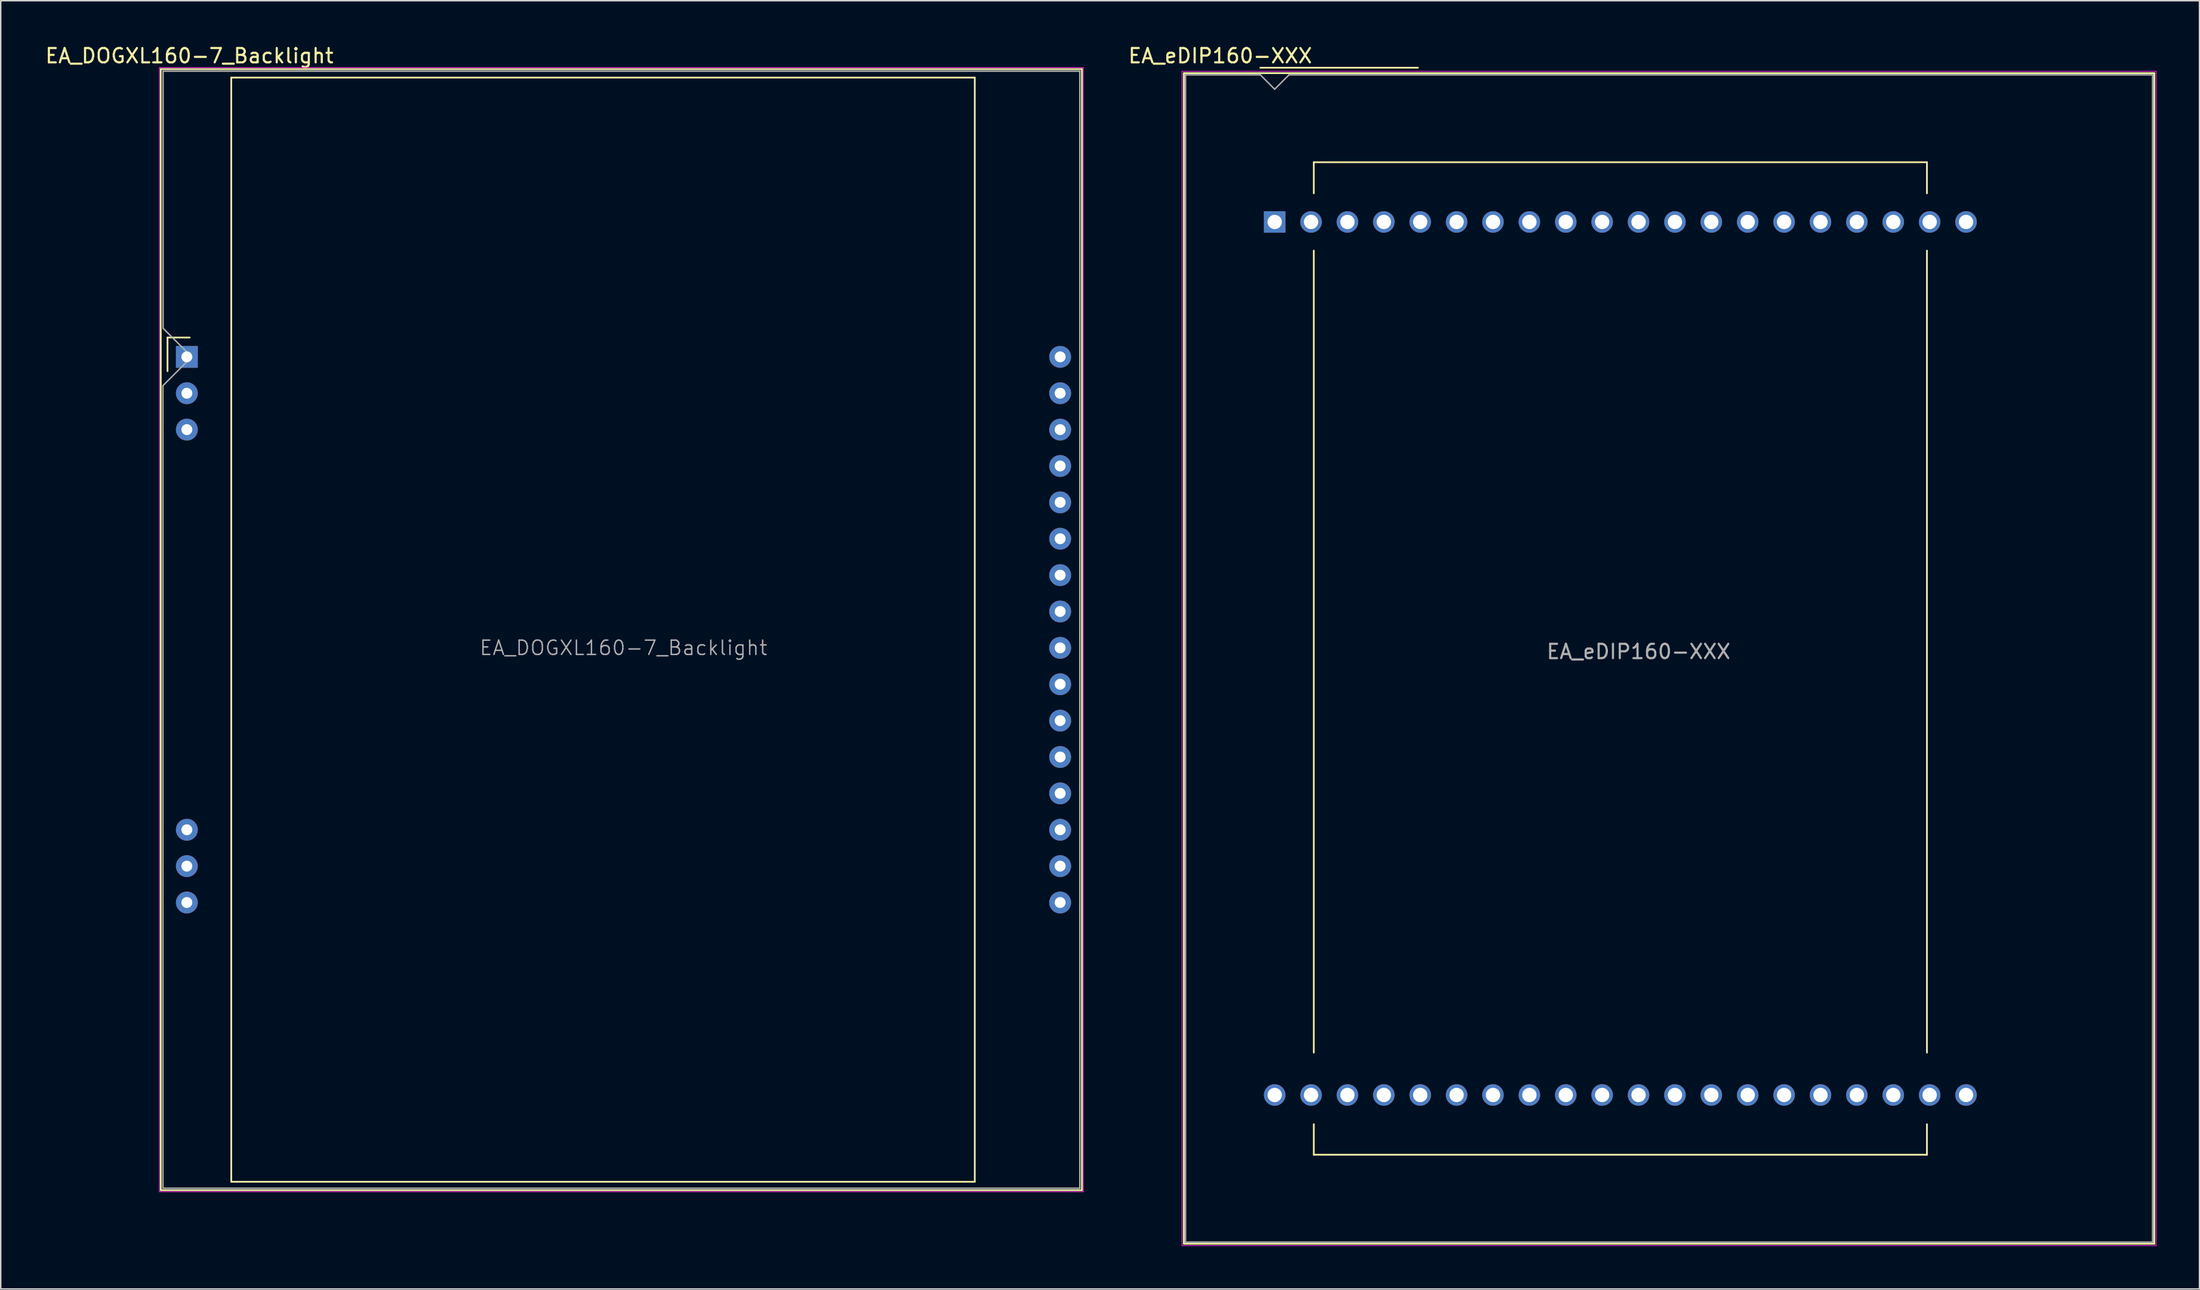
<source format=kicad_pcb>
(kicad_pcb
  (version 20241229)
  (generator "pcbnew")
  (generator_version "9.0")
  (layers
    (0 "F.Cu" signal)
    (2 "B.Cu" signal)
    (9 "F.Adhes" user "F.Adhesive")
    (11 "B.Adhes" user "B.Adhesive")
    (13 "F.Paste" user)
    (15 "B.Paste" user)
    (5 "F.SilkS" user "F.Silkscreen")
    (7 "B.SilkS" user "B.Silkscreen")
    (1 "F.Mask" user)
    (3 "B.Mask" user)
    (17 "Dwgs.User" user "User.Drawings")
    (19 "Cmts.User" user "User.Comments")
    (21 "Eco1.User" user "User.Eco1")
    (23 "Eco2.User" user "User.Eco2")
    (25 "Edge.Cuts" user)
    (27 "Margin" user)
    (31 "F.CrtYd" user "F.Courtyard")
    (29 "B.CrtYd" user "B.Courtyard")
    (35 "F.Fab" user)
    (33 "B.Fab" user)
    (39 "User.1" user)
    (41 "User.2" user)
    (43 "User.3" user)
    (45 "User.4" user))
  (footprint "EA_DOGXL160-7_Backlight"
    (layer "F.Cu")
    (at 9.993 21.868)
    (property "Reference" "EA_DOGXL160-7_Backlight" (at 0.18 -21.02 0) (layer "F.SilkS") (effects (font (size 1 1) (thickness 0.15))))
    (attr through_hole)
    (fp_line (start -1.82 -20.09) (end -1.82 58.19) (stroke (width 0.12) (type solid)) (layer "F.SilkS"))
    (fp_line (start -1.82 58.19) (end 62.48 58.19) (stroke (width 0.12) (type solid)) (layer "F.SilkS"))
    (fp_line (start -1.35 -1.35) (end -1.35 1) (stroke (width 0.12) (type solid)) (layer "F.SilkS"))
    (fp_line (start 0.2 -1.35) (end -1.35 -1.35) (stroke (width 0.12) (type solid)) (layer "F.SilkS"))
    (fp_line (start 3.1 -19.5) (end 3.1 57.6) (stroke (width 0.12) (type solid)) (layer "F.SilkS"))
    (fp_line (start 3.1 57.6) (end 55 57.6) (stroke (width 0.12) (type solid)) (layer "F.SilkS"))
    (fp_line (start 55 -19.5) (end 3.1 -19.5) (stroke (width 0.12) (type solid)) (layer "F.SilkS"))
    (fp_line (start 55 57.6) (end 55 -19.5) (stroke (width 0.12) (type solid)) (layer "F.SilkS"))
    (fp_line (start 62.48 -20.09) (end -1.82 -20.09) (stroke (width 0.12) (type solid)) (layer "F.SilkS"))
    (fp_line (start 62.48 58.19) (end 62.48 -20.09) (stroke (width 0.12) (type solid)) (layer "F.SilkS"))
    (fp_line (start -1.92 -20.2) (end 62.58 -20.2) (stroke (width 0.05) (type solid)) (layer "F.CrtYd"))
    (fp_line (start -1.92 58.3) (end -1.92 -20.2) (stroke (width 0.05) (type solid)) (layer "F.CrtYd"))
    (fp_line (start 62.58 -20.2) (end 62.58 58.3) (stroke (width 0.05) (type solid)) (layer "F.CrtYd"))
    (fp_line (start 62.58 58.3) (end -1.92 58.3) (stroke (width 0.05) (type solid)) (layer "F.CrtYd"))
    (fp_line (start -1.67 2) (end -1.67 58.05) (stroke (width 0.1) (type solid)) (layer "F.Fab"))
    (fp_line (start -1.66 -19.95) (end 62.33 -19.95) (stroke (width 0.1) (type solid)) (layer "F.Fab"))
    (fp_line (start -1.66 -2) (end -1.66 -19.95) (stroke (width 0.1) (type solid)) (layer "F.Fab"))
    (fp_line (start -1.66 -2) (end 0.34 0) (stroke (width 0.1) (type solid)) (layer "F.Fab"))
    (fp_line (start 0.34 0) (end -1.66 2) (stroke (width 0.1) (type solid)) (layer "F.Fab"))
    (fp_line (start 62.33 -19.95) (end 62.33 58.05) (stroke (width 0.1) (type solid)) (layer "F.Fab"))
    (fp_line (start 62.33 58.05) (end -1.67 58.05) (stroke (width 0.1) (type solid)) (layer "F.Fab"))
    (fp_text user "${REFERENCE}" (at 30.48 20.32 0) (layer "F.Fab") (effects (font (size 1 1) (thickness 0.1))))
    (pad "1" thru_hole rect (at 0 0) (size 1.524 1.524) (drill 0.762) (layers "*.Cu" "*.Mask"))
    (pad "2" thru_hole circle (at 0 2.54) (size 1.524 1.524) (drill 0.762) (layers "*.Cu" "*.Mask"))
    (pad "3" thru_hole circle (at 0 5.08) (size 1.524 1.524) (drill 0.762) (layers "*.Cu" "*.Mask"))
    (pad "14" thru_hole circle (at 0 33.02) (size 1.524 1.524) (drill 0.762) (layers "*.Cu" "*.Mask"))
    (pad "15" thru_hole circle (at 0 35.56) (size 1.524 1.524) (drill 0.762) (layers "*.Cu" "*.Mask"))
    (pad "16" thru_hole circle (at 0 38.1) (size 1.524 1.524) (drill 0.762) (layers "*.Cu" "*.Mask"))
    (pad "17" thru_hole circle (at 60.96 38.1) (size 1.524 1.524) (drill 0.762) (layers "*.Cu" "*.Mask"))
    (pad "18" thru_hole circle (at 60.96 35.56) (size 1.524 1.524) (drill 0.762) (layers "*.Cu" "*.Mask"))
    (pad "19" thru_hole circle (at 60.96 33.02) (size 1.524 1.524) (drill 0.762) (layers "*.Cu" "*.Mask"))
    (pad "20" thru_hole circle (at 60.96 30.48) (size 1.524 1.524) (drill 0.762) (layers "*.Cu" "*.Mask"))
    (pad "21" thru_hole circle (at 60.96 27.94) (size 1.524 1.524) (drill 0.762) (layers "*.Cu" "*.Mask"))
    (pad "22" thru_hole circle (at 60.96 25.4) (size 1.524 1.524) (drill 0.762) (layers "*.Cu" "*.Mask"))
    (pad "23" thru_hole circle (at 60.96 22.86) (size 1.524 1.524) (drill 0.762) (layers "*.Cu" "*.Mask"))
    (pad "24" thru_hole circle (at 60.96 20.32) (size 1.524 1.524) (drill 0.762) (layers "*.Cu" "*.Mask"))
    (pad "25" thru_hole circle (at 60.96 17.78) (size 1.524 1.524) (drill 0.762) (layers "*.Cu" "*.Mask"))
    (pad "26" thru_hole circle (at 60.96 15.24) (size 1.524 1.524) (drill 0.762) (layers "*.Cu" "*.Mask"))
    (pad "27" thru_hole circle (at 60.96 12.7) (size 1.524 1.524) (drill 0.762) (layers "*.Cu" "*.Mask"))
    (pad "28" thru_hole circle (at 60.96 10.16) (size 1.524 1.524) (drill 0.762) (layers "*.Cu" "*.Mask"))
    (pad "29" thru_hole circle (at 60.96 7.62) (size 1.524 1.524) (drill 0.762) (layers "*.Cu" "*.Mask"))
    (pad "30" thru_hole circle (at 60.96 5.08) (size 1.524 1.524) (drill 0.762) (layers "*.Cu" "*.Mask"))
    (pad "31" thru_hole circle (at 60.96 2.54) (size 1.524 1.524) (drill 0.762) (layers "*.Cu" "*.Mask"))
    (pad "32" thru_hole circle (at 60.96 0) (size 1.524 1.524) (drill 0.762) (layers "*.Cu" "*.Mask")))
  (footprint "EA_eDIP160-XXX"
    (layer "F.Cu")
    (at 85.927 12.448)
    (property "Reference" "EA_eDIP160-XXX" (at -3.8 -11.6 0) (layer "F.SilkS") (effects (font (size 1 1) (thickness 0.15))))
    (attr through_hole)
    (fp_line (start -6.34 -10.39) (end 61.4 -10.39) (stroke (width 0.12) (type solid)) (layer "F.SilkS"))
    (fp_line (start -6.34 71.35) (end -6.34 -10.39) (stroke (width 0.12) (type solid)) (layer "F.SilkS"))
    (fp_line (start -1 -10.77) (end 10 -10.77) (stroke (width 0.12) (type solid)) (layer "F.SilkS"))
    (fp_line (start 2.73 -4.17) (end 2.73 -2) (stroke (width 0.12) (type solid)) (layer "F.SilkS"))
    (fp_line (start 2.73 -4.17) (end 45.53 -4.17) (stroke (width 0.12) (type solid)) (layer "F.SilkS"))
    (fp_line (start 2.73 2) (end 2.73 58) (stroke (width 0.12) (type solid)) (layer "F.SilkS"))
    (fp_line (start 2.73 63) (end 2.73 65.13) (stroke (width 0.12) (type solid)) (layer "F.SilkS"))
    (fp_line (start 45.53 -4.175) (end 45.53 -2) (stroke (width 0.12) (type solid)) (layer "F.SilkS"))
    (fp_line (start 45.53 2) (end 45.53 58) (stroke (width 0.12) (type solid)) (layer "F.SilkS"))
    (fp_line (start 45.53 63) (end 45.53 65.13) (stroke (width 0.12) (type solid)) (layer "F.SilkS"))
    (fp_line (start 45.53 65.13) (end 2.73 65.13) (stroke (width 0.12) (type solid)) (layer "F.SilkS"))
    (fp_line (start 61.4 -10.39) (end 61.4 71.35) (stroke (width 0.12) (type solid)) (layer "F.SilkS"))
    (fp_line (start 61.4 71.35) (end -6.34 71.35) (stroke (width 0.12) (type solid)) (layer "F.SilkS"))
    (fp_line (start -6.47 -10.52) (end 61.53 -10.52) (stroke (width 0.05) (type solid)) (layer "F.CrtYd"))
    (fp_line (start -6.47 71.48) (end -6.47 -10.52) (stroke (width 0.05) (type solid)) (layer "F.CrtYd"))
    (fp_line (start 61.53 -10.52) (end 61.53 71.48) (stroke (width 0.05) (type solid)) (layer "F.CrtYd"))
    (fp_line (start 61.53 71.48) (end -6.47 71.48) (stroke (width 0.05) (type solid)) (layer "F.CrtYd"))
    (fp_line (start -6.22 71.23) (end -6.22 -10.27) (stroke (width 0.1) (type solid)) (layer "F.Fab"))
    (fp_line (start -1 -10.27) (end -6.22 -10.27) (stroke (width 0.1) (type solid)) (layer "F.Fab"))
    (fp_line (start -1 -10.27) (end 0 -9.27) (stroke (width 0.1) (type solid)) (layer "F.Fab"))
    (fp_line (start 0 -9.27) (end 1 -10.27) (stroke (width 0.1) (type solid)) (layer "F.Fab"))
    (fp_line (start 1 -10.27) (end 61.28 -10.27) (stroke (width 0.1) (type solid)) (layer "F.Fab"))
    (fp_line (start 61.28 -10.27) (end 61.28 71.23) (stroke (width 0.1) (type solid)) (layer "F.Fab"))
    (fp_line (start 61.28 71.23) (end -6.22 71.23) (stroke (width 0.1) (type solid)) (layer "F.Fab"))
    (fp_text user "${REFERENCE}" (at 25.4 30 0) (layer "F.Fab") (effects (font (size 1 1) (thickness 0.15))))
    (pad "1" thru_hole rect (at 0 0) (size 1.5 1.5) (drill 1) (layers "*.Cu" "*.Mask"))
    (pad "2" thru_hole circle (at 2.54 0) (size 1.5 1.5) (drill 1) (layers "*.Cu" "*.Mask"))
    (pad "3" thru_hole circle (at 5.08 0) (size 1.5 1.5) (drill 1) (layers "*.Cu" "*.Mask"))
    (pad "4" thru_hole circle (at 7.62 0) (size 1.5 1.5) (drill 1) (layers "*.Cu" "*.Mask"))
    (pad "5" thru_hole circle (at 10.16 0) (size 1.5 1.5) (drill 1) (layers "*.Cu" "*.Mask"))
    (pad "6" thru_hole circle (at 12.7 0) (size 1.5 1.5) (drill 1) (layers "*.Cu" "*.Mask"))
    (pad "7" thru_hole circle (at 15.24 0) (size 1.5 1.5) (drill 1) (layers "*.Cu" "*.Mask"))
    (pad "8" thru_hole circle (at 17.78 0) (size 1.5 1.5) (drill 1) (layers "*.Cu" "*.Mask"))
    (pad "9" thru_hole circle (at 20.32 0) (size 1.5 1.5) (drill 1) (layers "*.Cu" "*.Mask"))
    (pad "10" thru_hole circle (at 22.86 0) (size 1.5 1.5) (drill 1) (layers "*.Cu" "*.Mask"))
    (pad "11" thru_hole circle (at 25.4 0) (size 1.5 1.5) (drill 1) (layers "*.Cu" "*.Mask"))
    (pad "12" thru_hole circle (at 27.94 0) (size 1.5 1.5) (drill 1) (layers "*.Cu" "*.Mask"))
    (pad "13" thru_hole circle (at 30.48 0) (size 1.5 1.5) (drill 1) (layers "*.Cu" "*.Mask"))
    (pad "14" thru_hole circle (at 33.02 0) (size 1.5 1.5) (drill 1) (layers "*.Cu" "*.Mask"))
    (pad "15" thru_hole circle (at 35.56 0) (size 1.5 1.5) (drill 1) (layers "*.Cu" "*.Mask"))
    (pad "16" thru_hole circle (at 38.1 0) (size 1.5 1.5) (drill 1) (layers "*.Cu" "*.Mask"))
    (pad "17" thru_hole circle (at 40.64 0) (size 1.5 1.5) (drill 1) (layers "*.Cu" "*.Mask"))
    (pad "18" thru_hole circle (at 43.18 0) (size 1.5 1.5) (drill 1) (layers "*.Cu" "*.Mask"))
    (pad "19" thru_hole circle (at 45.72 0) (size 1.5 1.5) (drill 1) (layers "*.Cu" "*.Mask"))
    (pad "20" thru_hole circle (at 48.26 0) (size 1.5 1.5) (drill 1) (layers "*.Cu" "*.Mask"))
    (pad "21" thru_hole circle (at 48.26 60.96) (size 1.5 1.5) (drill 1) (layers "*.Cu" "*.Mask"))
    (pad "22" thru_hole circle (at 45.72 60.96) (size 1.5 1.5) (drill 1) (layers "*.Cu" "*.Mask"))
    (pad "23" thru_hole circle (at 43.18 60.96) (size 1.5 1.5) (drill 1) (layers "*.Cu" "*.Mask"))
    (pad "24" thru_hole circle (at 40.64 60.96) (size 1.5 1.5) (drill 1) (layers "*.Cu" "*.Mask"))
    (pad "25" thru_hole circle (at 38.1 60.96) (size 1.5 1.5) (drill 1) (layers "*.Cu" "*.Mask"))
    (pad "26" thru_hole circle (at 35.56 60.96) (size 1.5 1.5) (drill 1) (layers "*.Cu" "*.Mask"))
    (pad "27" thru_hole circle (at 33.02 60.96) (size 1.5 1.5) (drill 1) (layers "*.Cu" "*.Mask"))
    (pad "28" thru_hole circle (at 30.48 60.96) (size 1.5 1.5) (drill 1) (layers "*.Cu" "*.Mask"))
    (pad "29" thru_hole circle (at 27.94 60.96) (size 1.5 1.5) (drill 1) (layers "*.Cu" "*.Mask"))
    (pad "30" thru_hole circle (at 25.4 60.96) (size 1.5 1.5) (drill 1) (layers "*.Cu" "*.Mask"))
    (pad "31" thru_hole circle (at 22.86 60.96) (size 1.5 1.5) (drill 1) (layers "*.Cu" "*.Mask"))
    (pad "32" thru_hole circle (at 20.32 60.96) (size 1.5 1.5) (drill 1) (layers "*.Cu" "*.Mask"))
    (pad "33" thru_hole circle (at 17.78 60.96) (size 1.5 1.5) (drill 1) (layers "*.Cu" "*.Mask"))
    (pad "34" thru_hole circle (at 15.24 60.96) (size 1.5 1.5) (drill 1) (layers "*.Cu" "*.Mask"))
    (pad "35" thru_hole circle (at 12.7 60.96) (size 1.5 1.5) (drill 1) (layers "*.Cu" "*.Mask"))
    (pad "36" thru_hole circle (at 10.16 60.96) (size 1.5 1.5) (drill 1) (layers "*.Cu" "*.Mask"))
    (pad "37" thru_hole circle (at 7.62 60.96) (size 1.5 1.5) (drill 1) (layers "*.Cu" "*.Mask"))
    (pad "38" thru_hole circle (at 5.08 60.96) (size 1.5 1.5) (drill 1) (layers "*.Cu" "*.Mask"))
    (pad "39" thru_hole circle (at 2.54 60.96) (size 1.5 1.5) (drill 1) (layers "*.Cu" "*.Mask"))
    (pad "40" thru_hole circle (at 0 60.96) (size 1.5 1.5) (drill 1) (layers "*.Cu" "*.Mask")))
  (gr_rect
    (start -3 -3)
    (end 150.482 86.953)
    (stroke (width 0.1) (type default))
    (fill no)
    (layer "Edge.Cuts")))
</source>
